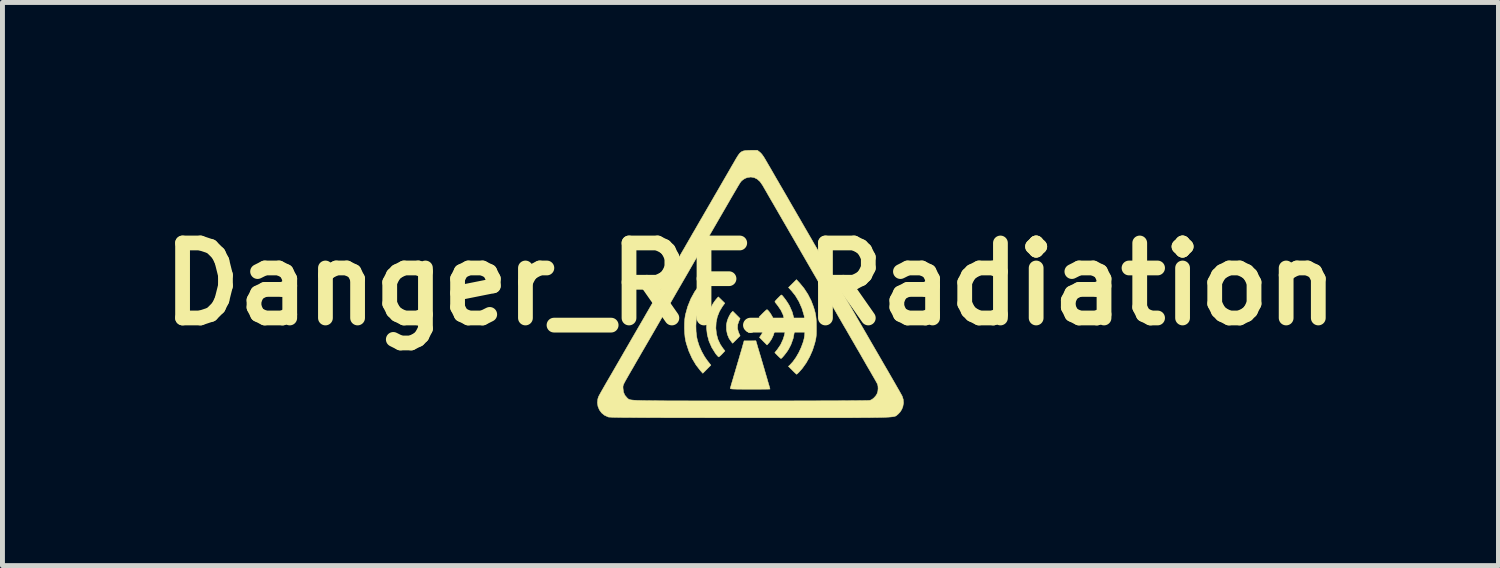
<source format=kicad_pcb>
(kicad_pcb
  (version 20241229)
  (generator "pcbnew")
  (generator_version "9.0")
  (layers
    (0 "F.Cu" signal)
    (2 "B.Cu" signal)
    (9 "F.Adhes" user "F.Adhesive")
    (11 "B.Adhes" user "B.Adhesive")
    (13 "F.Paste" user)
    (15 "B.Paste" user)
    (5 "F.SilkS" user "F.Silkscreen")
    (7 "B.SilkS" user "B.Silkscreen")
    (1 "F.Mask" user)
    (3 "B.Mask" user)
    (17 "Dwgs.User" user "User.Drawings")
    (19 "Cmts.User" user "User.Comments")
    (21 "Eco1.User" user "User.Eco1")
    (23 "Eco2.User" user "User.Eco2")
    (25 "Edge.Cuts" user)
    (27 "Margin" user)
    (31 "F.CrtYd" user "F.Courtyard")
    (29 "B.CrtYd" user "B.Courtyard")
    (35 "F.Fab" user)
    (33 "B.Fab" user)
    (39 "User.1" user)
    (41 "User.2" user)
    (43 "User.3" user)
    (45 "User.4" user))
  (footprint "Danger_RF_Radiation"
    (layer "F.Cu")
    (at 12.199 2.722)
    (property "Reference" "Danger_RF_Radiation" (at 0 0 0) (layer "F.SilkS") (effects (font (size 1.524 1.524) (thickness 0.3))))
    (attr through_hole)
    (fp_poly (pts (xy 0.037 0.771) (xy 0.072 0.791) (xy 0.098 0.826) (xy 0.11 0.873) (xy 0.11 0.883) (xy 0.101 0.922) (xy 0.075 0.955) (xy 0.039 0.979) (xy -0.001 0.99) (xy -0.039 0.984) (xy -0.076 0.956) (xy -0.101 0.914) (xy -0.107 0.887) (xy -0.108 0.853) (xy -0.097 0.826) (xy -0.084 0.809) (xy -0.046 0.778) (xy -0.004 0.766) (xy 0.037 0.771)) (stroke (width 0.01) (type solid)) (fill yes) (layer "F.SilkS"))
    (fp_poly (pts (xy -0.284 0.627) (xy -0.21 0.702) (xy -0.234 0.751) (xy -0.259 0.824) (xy -0.263 0.9) (xy -0.245 0.974) (xy -0.239 0.988) (xy -0.21 1.051) (xy -0.286 1.127) (xy -0.362 1.203) (xy -0.383 1.178) (xy -0.434 1.106) (xy -0.469 1.022) (xy -0.487 0.929) (xy -0.488 0.834) (xy -0.485 0.811) (xy -0.473 0.755) (xy -0.453 0.697) (xy -0.427 0.642) (xy -0.4 0.597) (xy -0.382 0.575) (xy -0.358 0.553) (xy -0.284 0.627)) (stroke (width 0.01) (type solid)) (fill yes) (layer "F.SilkS"))
    (fp_poly (pts (xy 0.351 0.529) (xy 0.373 0.553) (xy 0.399 0.587) (xy 0.424 0.627) (xy 0.447 0.667) (xy 0.46 0.695) (xy 0.481 0.765) (xy 0.492 0.842) (xy 0.494 0.917) (xy 0.488 0.969) (xy 0.465 1.042) (xy 0.431 1.115) (xy 0.39 1.177) (xy 0.377 1.193) (xy 0.337 1.238) (xy 0.26 1.161) (xy 0.184 1.083) (xy 0.213 1.041) (xy 0.243 0.991) (xy 0.259 0.944) (xy 0.265 0.889) (xy 0.265 0.874) (xy 0.255 0.803) (xy 0.229 0.739) (xy 0.199 0.697) (xy 0.174 0.672) (xy 0.25 0.595) (xy 0.283 0.563) (xy 0.311 0.537) (xy 0.331 0.522) (xy 0.337 0.52) (xy 0.351 0.529)) (stroke (width 0.01) (type solid)) (fill yes) (layer "F.SilkS"))
    (fp_poly (pts (xy -0.587 0.324) (xy -0.521 0.389) (xy -0.569 0.454) (xy -0.63 0.555) (xy -0.673 0.664) (xy -0.697 0.779) (xy -0.703 0.896) (xy -0.691 1.011) (xy -0.661 1.124) (xy -0.612 1.229) (xy -0.556 1.311) (xy -0.518 1.358) (xy -0.575 1.419) (xy -0.604 1.448) (xy -0.629 1.47) (xy -0.644 1.48) (xy -0.646 1.48) (xy -0.658 1.471) (xy -0.678 1.449) (xy -0.704 1.418) (xy -0.709 1.411) (xy -0.786 1.288) (xy -0.842 1.16) (xy -0.877 1.028) (xy -0.892 0.894) (xy -0.887 0.759) (xy -0.86 0.626) (xy -0.812 0.496) (xy -0.767 0.409) (xy -0.74 0.367) (xy -0.71 0.326) (xy -0.692 0.304) (xy -0.653 0.26) (xy -0.587 0.324)) (stroke (width 0.01) (type solid)) (fill yes) (layer "F.SilkS"))
    (fp_poly (pts (xy -0.805 0.106) (xy -0.851 0.159) (xy -0.918 0.246) (xy -0.979 0.35) (xy -1.031 0.463) (xy -1.072 0.58) (xy -1.088 0.646) (xy -1.103 0.743) (xy -1.108 0.851) (xy -1.105 0.963) (xy -1.093 1.069) (xy -1.078 1.143) (xy -1.042 1.255) (xy -0.992 1.369) (xy -0.933 1.475) (xy -0.873 1.561) (xy -0.804 1.648) (xy -0.968 1.813) (xy -1.016 1.76) (xy -1.107 1.642) (xy -1.186 1.509) (xy -1.252 1.362) (xy -1.303 1.206) (xy -1.316 1.154) (xy -1.329 1.08) (xy -1.337 0.991) (xy -1.341 0.896) (xy -1.34 0.799) (xy -1.334 0.709) (xy -1.323 0.633) (xy -1.321 0.624) (xy -1.275 0.458) (xy -1.212 0.301) (xy -1.133 0.157) (xy -1.039 0.027) (xy -1.008 -0.01) (xy -0.966 -0.057) (xy -0.805 0.106)) (stroke (width 0.01) (type solid)) (fill yes) (layer "F.SilkS"))
    (fp_poly (pts (xy 0.643 0.23) (xy 0.663 0.253) (xy 0.69 0.287) (xy 0.72 0.327) (xy 0.749 0.37) (xy 0.775 0.411) (xy 0.793 0.442) (xy 0.849 0.569) (xy 0.884 0.701) (xy 0.899 0.836) (xy 0.893 0.972) (xy 0.868 1.105) (xy 0.822 1.233) (xy 0.775 1.323) (xy 0.751 1.361) (xy 0.722 1.401) (xy 0.691 1.441) (xy 0.662 1.475) (xy 0.638 1.501) (xy 0.622 1.513) (xy 0.62 1.513) (xy 0.609 1.506) (xy 0.587 1.486) (xy 0.559 1.459) (xy 0.553 1.453) (xy 0.495 1.394) (xy 0.546 1.331) (xy 0.613 1.233) (xy 0.664 1.122) (xy 0.686 1.052) (xy 0.697 1.007) (xy 0.704 0.967) (xy 0.706 0.923) (xy 0.705 0.868) (xy 0.704 0.845) (xy 0.691 0.73) (xy 0.665 0.628) (xy 0.621 0.534) (xy 0.559 0.443) (xy 0.54 0.418) (xy 0.517 0.389) (xy 0.501 0.367) (xy 0.497 0.357) (xy 0.504 0.346) (xy 0.523 0.324) (xy 0.549 0.296) (xy 0.577 0.268) (xy 0.603 0.242) (xy 0.623 0.225) (xy 0.631 0.221) (xy 0.643 0.23)) (stroke (width 0.01) (type solid)) (fill yes) (layer "F.SilkS"))
    (fp_poly (pts (xy 1.001 -0.019) (xy 1.088 0.087) (xy 1.167 0.208) (xy 1.233 0.337) (xy 1.275 0.446) (xy 1.299 0.52) (xy 1.316 0.584) (xy 1.328 0.645) (xy 1.335 0.71) (xy 1.339 0.783) (xy 1.34 0.872) (xy 1.34 0.883) (xy 1.34 0.956) (xy 1.339 1.011) (xy 1.336 1.056) (xy 1.331 1.095) (xy 1.324 1.133) (xy 1.313 1.178) (xy 1.305 1.209) (xy 1.262 1.344) (xy 1.203 1.477) (xy 1.133 1.602) (xy 1.053 1.714) (xy 0.99 1.786) (xy 0.965 1.811) (xy 0.946 1.828) (xy 0.939 1.833) (xy 0.929 1.826) (xy 0.907 1.806) (xy 0.877 1.777) (xy 0.853 1.753) (xy 0.772 1.672) (xy 0.802 1.645) (xy 0.865 1.576) (xy 0.927 1.489) (xy 0.983 1.392) (xy 1.032 1.287) (xy 1.071 1.181) (xy 1.09 1.111) (xy 1.101 1.045) (xy 1.107 0.964) (xy 1.109 0.876) (xy 1.107 0.787) (xy 1.101 0.706) (xy 1.09 0.639) (xy 1.089 0.635) (xy 1.046 0.492) (xy 0.986 0.356) (xy 0.912 0.233) (xy 0.838 0.141) (xy 0.774 0.07) (xy 0.855 -0.01) (xy 0.935 -0.09) (xy 1.001 -0.019)) (stroke (width 0.01) (type solid)) (fill yes) (layer "F.SilkS"))
    (fp_poly (pts (xy 0.134 1.231) (xy 0.147 1.278) (xy 0.165 1.336) (xy 0.182 1.395) (xy 0.188 1.414) (xy 0.205 1.469) (xy 0.224 1.536) (xy 0.245 1.605) (xy 0.258 1.651) (xy 0.276 1.711) (xy 0.297 1.785) (xy 0.32 1.863) (xy 0.342 1.938) (xy 0.347 1.957) (xy 0.364 2.015) (xy 0.379 2.065) (xy 0.39 2.104) (xy 0.396 2.128) (xy 0.398 2.133) (xy 0.387 2.134) (xy 0.357 2.135) (xy 0.309 2.136) (xy 0.247 2.136) (xy 0.172 2.137) (xy 0.088 2.137) (xy -0.004 2.137) (xy -0.006 2.137) (xy -0.113 2.137) (xy -0.201 2.136) (xy -0.27 2.136) (xy -0.323 2.134) (xy -0.361 2.133) (xy -0.387 2.13) (xy -0.402 2.127) (xy -0.408 2.124) (xy -0.409 2.122) (xy -0.406 2.105) (xy -0.397 2.073) (xy -0.386 2.032) (xy -0.381 2.017) (xy -0.37 1.979) (xy -0.353 1.923) (xy -0.333 1.854) (xy -0.309 1.774) (xy -0.284 1.688) (xy -0.258 1.6) (xy -0.232 1.512) (xy -0.208 1.429) (xy -0.186 1.355) (xy -0.168 1.293) (xy -0.155 1.246) (xy -0.154 1.242) (xy -0.129 1.154) (xy -0.009 1.154) (xy 0.111 1.153) (xy 0.134 1.231)) (stroke (width 0.01) (type solid)) (fill yes) (layer "F.SilkS"))
    (fp_poly (pts (xy 0.19 -2.68) (xy 0.214 -2.658) (xy 0.24 -2.627) (xy 0.27 -2.584) (xy 0.306 -2.525) (xy 0.326 -2.49) (xy 0.358 -2.435) (xy 0.398 -2.367) (xy 0.443 -2.289) (xy 0.49 -2.207) (xy 0.537 -2.126) (xy 0.563 -2.082) (xy 0.596 -2.024) (xy 0.639 -1.951) (xy 0.69 -1.863) (xy 0.747 -1.765) (xy 0.808 -1.658) (xy 0.873 -1.546) (xy 0.94 -1.43) (xy 1.007 -1.315) (xy 1.052 -1.237) (xy 1.116 -1.126) (xy 1.18 -1.016) (xy 1.242 -0.909) (xy 1.3 -0.807) (xy 1.355 -0.714) (xy 1.403 -0.63) (xy 1.444 -0.559) (xy 1.477 -0.503) (xy 1.496 -0.469) (xy 1.585 -0.317) (xy 1.663 -0.181) (xy 1.734 -0.06) (xy 1.796 0.049) (xy 1.853 0.147) (xy 1.905 0.236) (xy 1.953 0.32) (xy 1.999 0.399) (xy 2.044 0.476) (xy 2.089 0.554) (xy 2.136 0.635) (xy 2.164 0.685) (xy 2.219 0.78) (xy 2.277 0.879) (xy 2.335 0.979) (xy 2.391 1.076) (xy 2.442 1.165) (xy 2.487 1.242) (xy 2.513 1.287) (xy 2.617 1.466) (xy 2.711 1.629) (xy 2.795 1.773) (xy 2.868 1.9) (xy 2.931 2.009) (xy 2.983 2.1) (xy 3.025 2.173) (xy 3.055 2.227) (xy 3.075 2.263) (xy 3.082 2.275) (xy 3.104 2.342) (xy 3.11 2.416) (xy 3.097 2.49) (xy 3.075 2.546) (xy 3.04 2.601) (xy 2.999 2.644) (xy 2.995 2.647) (xy 2.986 2.654) (xy 2.979 2.661) (xy 2.972 2.667) (xy 2.965 2.673) (xy 2.957 2.678) (xy 2.947 2.683) (xy 2.934 2.687) (xy 2.918 2.691) (xy 2.898 2.695) (xy 2.873 2.698) (xy 2.842 2.701) (xy 2.804 2.704) (xy 2.759 2.706) (xy 2.705 2.708) (xy 2.643 2.71) (xy 2.571 2.711) (xy 2.488 2.712) (xy 2.393 2.714) (xy 2.287 2.714) (xy 2.167 2.715) (xy 2.033 2.716) (xy 1.885 2.716) (xy 1.722 2.716) (xy 1.542 2.716) (xy 1.345 2.716) (xy 1.13 2.716) (xy 0.896 2.716) (xy 0.643 2.716) (xy 0.37 2.716) (xy 0.076 2.716) (xy -0.005 2.716) (xy -0.308 2.716) (xy -0.59 2.716) (xy -0.851 2.716) (xy -1.093 2.715) (xy -1.315 2.715) (xy -1.519 2.715) (xy -1.705 2.715) (xy -1.875 2.714) (xy -2.028 2.714) (xy -2.166 2.713) (xy -2.289 2.713) (xy -2.399 2.712) (xy -2.495 2.711) (xy -2.578 2.711) (xy -2.65 2.71) (xy -2.711 2.709) (xy -2.762 2.708) (xy -2.803 2.707) (xy -2.836 2.705) (xy -2.86 2.704) (xy -2.878 2.703) (xy -2.889 2.701) (xy -2.891 2.7) (xy -2.964 2.667) (xy -3.024 2.618) (xy -3.069 2.557) (xy -3.098 2.487) (xy -3.109 2.412) (xy -3.101 2.334) (xy -3.086 2.288) (xy -3.077 2.27) (xy -3.058 2.235) (xy -3.031 2.186) (xy -2.997 2.127) (xy -2.975 2.088) (xy -2.59 2.088) (xy -2.59 2.101) (xy -2.589 2.117) (xy -2.589 2.12) (xy -2.58 2.195) (xy -2.553 2.258) (xy -2.508 2.311) (xy -2.505 2.314) (xy -2.497 2.321) (xy -2.491 2.327) (xy -2.485 2.332) (xy -2.478 2.338) (xy -2.469 2.342) (xy -2.458 2.347) (xy -2.444 2.351) (xy -2.426 2.354) (xy -2.402 2.357) (xy -2.373 2.36) (xy -2.337 2.362) (xy -2.293 2.365) (xy -2.24 2.366) (xy -2.178 2.368) (xy -2.106 2.369) (xy -2.023 2.37) (xy -1.927 2.371) (xy -1.818 2.372) (xy -1.696 2.373) (xy -1.559 2.373) (xy -1.406 2.373) (xy -1.237 2.374) (xy -1.05 2.374) (xy -0.845 2.374) (xy -0.621 2.374) (xy -0.377 2.374) (xy -0.112 2.374) (xy -0.006 2.374) (xy 0.3 2.374) (xy 0.586 2.374) (xy 0.852 2.374) (xy 1.098 2.373) (xy 1.323 2.373) (xy 1.529 2.372) (xy 1.713 2.372) (xy 1.877 2.371) (xy 2.021 2.37) (xy 2.143 2.369) (xy 2.244 2.368) (xy 2.323 2.367) (xy 2.381 2.366) (xy 2.417 2.364) (xy 2.431 2.363) (xy 2.473 2.343) (xy 2.515 2.308) (xy 2.553 2.264) (xy 2.574 2.226) (xy 2.589 2.179) (xy 2.594 2.123) (xy 2.591 2.071) (xy 2.582 2.035) (xy 2.572 2.015) (xy 2.553 1.98) (xy 2.527 1.934) (xy 2.497 1.882) (xy 2.478 1.85) (xy 2.445 1.791) (xy 2.403 1.72) (xy 2.357 1.641) (xy 2.311 1.56) (xy 2.267 1.484) (xy 2.261 1.474) (xy 2.217 1.396) (xy 2.164 1.306) (xy 2.109 1.21) (xy 2.054 1.116) (xy 2.004 1.029) (xy 1.993 1.01) (xy 1.95 0.935) (xy 1.898 0.847) (xy 1.841 0.748) (xy 1.779 0.642) (xy 1.715 0.53) (xy 1.649 0.416) (xy 1.583 0.302) (xy 1.519 0.192) (xy 1.459 0.088) (xy 1.403 -0.008) (xy 1.355 -0.092) (xy 1.315 -0.162) (xy 1.29 -0.204) (xy 1.265 -0.247) (xy 1.231 -0.306) (xy 1.19 -0.377) (xy 1.143 -0.458) (xy 1.093 -0.545) (xy 1.04 -0.636) (xy 0.988 -0.727) (xy 0.986 -0.729) (xy 0.926 -0.833) (xy 0.863 -0.942) (xy 0.797 -1.055) (xy 0.731 -1.17) (xy 0.664 -1.285) (xy 0.599 -1.398) (xy 0.536 -1.507) (xy 0.476 -1.611) (xy 0.42 -1.707) (xy 0.37 -1.793) (xy 0.327 -1.869) (xy 0.291 -1.931) (xy 0.264 -1.978) (xy 0.246 -2.009) (xy 0.244 -2.012) (xy 0.195 -2.082) (xy 0.138 -2.133) (xy 0.075 -2.164) (xy 0.008 -2.175) (xy -0.062 -2.165) (xy -0.109 -2.147) (xy -0.146 -2.124) (xy -0.179 -2.098) (xy -0.192 -2.083) (xy -0.197 -2.077) (xy -0.203 -2.069) (xy -0.209 -2.06) (xy -0.216 -2.049) (xy -0.226 -2.033) (xy -0.238 -2.013) (xy -0.254 -1.987) (xy -0.273 -1.954) (xy -0.297 -1.913) (xy -0.326 -1.864) (xy -0.361 -1.804) (xy -0.402 -1.734) (xy -0.449 -1.652) (xy -0.504 -1.557) (xy -0.567 -1.448) (xy -0.639 -1.324) (xy -0.72 -1.184) (xy -0.811 -1.027) (xy -0.912 -0.853) (xy -0.923 -0.834) (xy -1.041 -0.629) (xy -1.158 -0.428) (xy -1.272 -0.229) (xy -1.384 -0.036) (xy -1.493 0.152) (xy -1.597 0.333) (xy -1.698 0.506) (xy -1.793 0.67) (xy -1.882 0.825) (xy -1.965 0.969) (xy -2.041 1.1) (xy -2.11 1.219) (xy -2.171 1.324) (xy -2.223 1.413) (xy -2.265 1.487) (xy -2.298 1.543) (xy -2.319 1.579) (xy -2.38 1.686) (xy -2.432 1.775) (xy -2.474 1.848) (xy -2.508 1.908) (xy -2.535 1.955) (xy -2.555 1.992) (xy -2.57 2.021) (xy -2.58 2.043) (xy -2.586 2.061) (xy -2.589 2.075) (xy -2.59 2.088) (xy -2.975 2.088) (xy -2.959 2.06) (xy -2.917 1.987) (xy -2.906 1.968) (xy -2.864 1.896) (xy -2.813 1.809) (xy -2.756 1.71) (xy -2.694 1.603) (xy -2.63 1.492) (xy -2.566 1.381) (xy -2.504 1.274) (xy -2.479 1.231) (xy -2.399 1.092) (xy -2.328 0.97) (xy -2.265 0.861) (xy -2.209 0.765) (xy -2.158 0.677) (xy -2.112 0.596) (xy -2.067 0.519) (xy -2.024 0.444) (xy -1.979 0.368) (xy -1.933 0.289) (xy -1.884 0.203) (xy -1.83 0.11) (xy -1.769 0.005) (xy -1.712 -0.094) (xy -1.687 -0.136) (xy -1.655 -0.192) (xy -1.616 -0.258) (xy -1.573 -0.333) (xy -1.526 -0.414) (xy -1.479 -0.497) (xy -1.431 -0.579) (xy -1.385 -0.659) (xy -1.342 -0.732) (xy -1.305 -0.797) (xy -1.274 -0.85) (xy -1.252 -0.889) (xy -1.242 -0.906) (xy -1.228 -0.93) (xy -1.205 -0.97) (xy -1.174 -1.025) (xy -1.136 -1.089) (xy -1.094 -1.162) (xy -1.049 -1.24) (xy -1.022 -1.287) (xy -0.974 -1.369) (xy -0.927 -1.45) (xy -0.883 -1.526) (xy -0.843 -1.595) (xy -0.809 -1.653) (xy -0.784 -1.697) (xy -0.775 -1.712) (xy -0.755 -1.747) (xy -0.727 -1.796) (xy -0.691 -1.857) (xy -0.65 -1.928) (xy -0.605 -2.006) (xy -0.558 -2.087) (xy -0.51 -2.17) (xy -0.463 -2.251) (xy -0.418 -2.329) (xy -0.378 -2.399) (xy -0.342 -2.46) (xy -0.314 -2.509) (xy -0.294 -2.544) (xy -0.286 -2.557) (xy -0.25 -2.615) (xy -0.218 -2.658) (xy -0.185 -2.686) (xy -0.146 -2.704) (xy -0.097 -2.713) (xy -0.033 -2.716) (xy 0.003 -2.717) (xy 0.142 -2.717) (xy 0.19 -2.68)) (stroke (width 0.01) (type solid)) (fill yes) (layer "F.SilkS")))
  (gr_rect
    (start -3 -3)
    (end 27.399 8.443)
    (stroke (width 0.1) (type default))
    (fill no)
    (layer "Edge.Cuts")))
</source>
